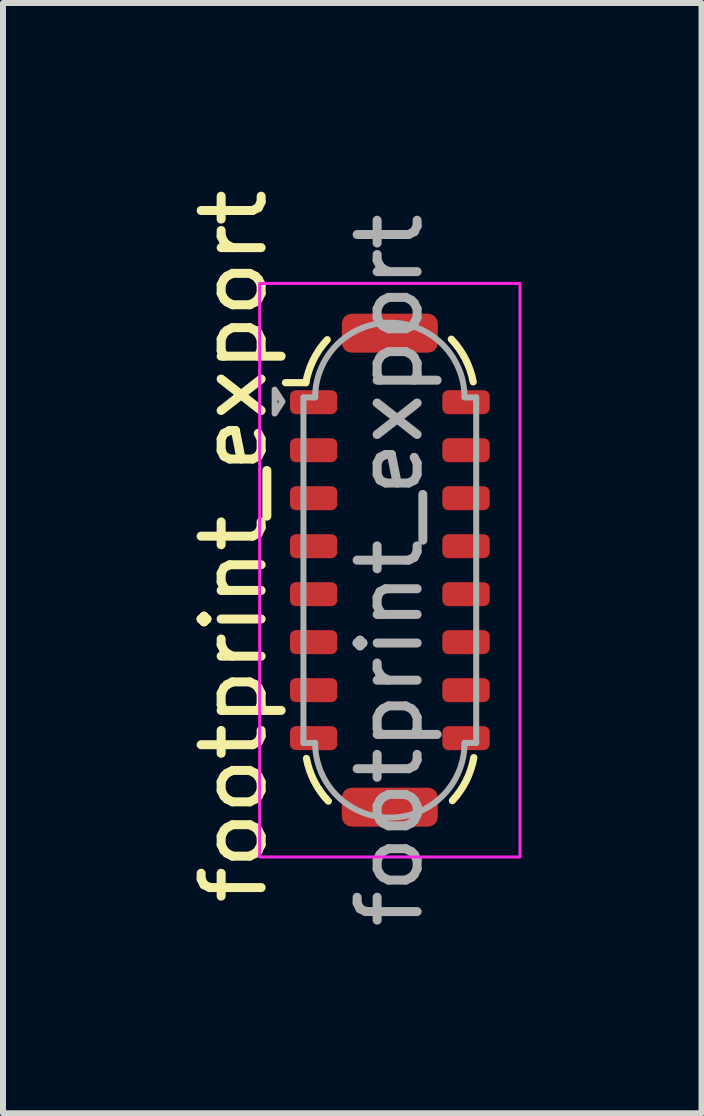
<source format=kicad_pcb>
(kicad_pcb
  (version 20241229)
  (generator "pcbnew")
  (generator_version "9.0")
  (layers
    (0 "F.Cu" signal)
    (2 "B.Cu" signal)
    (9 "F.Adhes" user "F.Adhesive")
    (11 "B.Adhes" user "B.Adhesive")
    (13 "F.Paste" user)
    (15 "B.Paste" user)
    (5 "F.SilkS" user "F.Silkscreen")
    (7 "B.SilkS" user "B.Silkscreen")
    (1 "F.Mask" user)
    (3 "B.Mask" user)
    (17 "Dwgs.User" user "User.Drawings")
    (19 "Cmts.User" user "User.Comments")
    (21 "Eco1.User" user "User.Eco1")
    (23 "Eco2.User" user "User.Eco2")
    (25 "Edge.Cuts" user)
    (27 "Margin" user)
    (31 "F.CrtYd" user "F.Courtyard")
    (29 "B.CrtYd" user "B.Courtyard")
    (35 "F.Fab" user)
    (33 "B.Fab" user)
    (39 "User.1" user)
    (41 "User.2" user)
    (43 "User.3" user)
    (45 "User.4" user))
  (footprint "footprint_export"
    (layer "F.Cu")
    (at 3.448 6.454)
    (property "Reference" "footprint_export" (at -2.6 -0.4 90) (unlocked yes) (layer "F.SilkS") (effects (font (size 1 1) (thickness 0.15))))
    (attr smd)
    (fp_line (start -1.74 -3.125) (end -1.4 -3.125) (stroke (width 0.12) (type default)) (layer "F.SilkS"))
    (fp_arc (start -1.4 -3.125) (mid -1.273005 -3.509002) (end -1.043045 -3.841725) (stroke (width 0.12) (type solid)) (layer "F.SilkS"))
    (fp_arc (start -1.025 3.85) (mid -1.258743 3.520613) (end -1.389879 3.138598) (stroke (width 0.12) (type solid)) (layer "F.SilkS"))
    (fp_arc (start 1.025 -3.85) (mid 1.258743 -3.520613) (end 1.389879 -3.138598) (stroke (width 0.12) (type solid)) (layer "F.SilkS"))
    (fp_arc (start 1.4 3.125) (mid 1.273005 3.509002) (end 1.043045 3.841725) (stroke (width 0.12) (type solid)) (layer "F.SilkS"))
    (fp_rect (start -2.17 4.78) (end 2.17 -4.78) (stroke (width 0.05) (type solid)) (fill no) (layer "F.CrtYd"))
    (fp_line (start -1.44 -2.88) (end -1.245 -2.88) (stroke (width 0.1) (type solid)) (layer "F.Fab"))
    (fp_line (start -1.44 2.88) (end -1.44 -2.88) (stroke (width 0.1) (type solid)) (layer "F.Fab"))
    (fp_line (start -1.245 2.88) (end -1.44 2.88) (stroke (width 0.1) (type solid)) (layer "F.Fab"))
    (fp_line (start 1.245 -2.88) (end 1.44 -2.88) (stroke (width 0.1) (type solid)) (layer "F.Fab"))
    (fp_line (start 1.44 -2.88) (end 1.44 2.88) (stroke (width 0.1) (type solid)) (layer "F.Fab"))
    (fp_line (start 1.44 2.88) (end 1.245 2.88) (stroke (width 0.1) (type solid)) (layer "F.Fab"))
    (fp_arc (start -1.245 -2.88) (mid 0 -4.125) (end 1.245 -2.88) (stroke (width 0.1) (type solid)) (layer "F.Fab"))
    (fp_arc (start 1.245 2.88) (mid 0 4.125) (end -1.245 2.88) (stroke (width 0.1) (type solid)) (layer "F.Fab"))
    (fp_poly (pts (xy -1.92 -3.01) (xy -1.79 -2.81) (xy -1.92 -2.61) (xy -1.92 -2.99)) (stroke (width 0.1) (type solid)) (fill no) (layer "F.Fab"))
    (fp_text user "${REFERENCE}" (at 0 0 90) (unlocked yes) (layer "F.Fab") (effects (font (size 1 1) (thickness 0.15))))
    (pad "A1" smd roundrect (at -1.27 -2.8 90) (size 0.4 0.79) (layers "F.Cu" "F.Mask" "F.Paste") (roundrect_rratio 0.25))
    (pad "A4" smd roundrect (at -1.27 -2 90) (size 0.4 0.79) (layers "F.Cu" "F.Mask" "F.Paste") (roundrect_rratio 0.25))
    (pad "A5" smd roundrect (at -1.27 -1.2 90) (size 0.4 0.79) (layers "F.Cu" "F.Mask" "F.Paste") (roundrect_rratio 0.25))
    (pad "A6" smd roundrect (at -1.27 -0.4 90) (size 0.4 0.79) (layers "F.Cu" "F.Mask" "F.Paste") (roundrect_rratio 0.25))
    (pad "A7" smd roundrect (at -1.27 0.4 90) (size 0.4 0.79) (layers "F.Cu" "F.Mask" "F.Paste") (roundrect_rratio 0.25))
    (pad "A8" smd roundrect (at -1.27 1.2 90) (size 0.4 0.79) (layers "F.Cu" "F.Mask" "F.Paste") (roundrect_rratio 0.25))
    (pad "A9" smd roundrect (at -1.27 2 90) (size 0.4 0.79) (layers "F.Cu" "F.Mask" "F.Paste") (roundrect_rratio 0.25))
    (pad "A12" smd roundrect (at -1.27 2.8 90) (size 0.4 0.79) (layers "F.Cu" "F.Mask" "F.Paste") (roundrect_rratio 0.25))
    (pad "B1" smd roundrect (at 1.27 2.8 90) (size 0.4 0.79) (layers "F.Cu" "F.Mask" "F.Paste") (roundrect_rratio 0.25))
    (pad "B4" smd roundrect (at 1.27 2 90) (size 0.4 0.79) (layers "F.Cu" "F.Mask" "F.Paste") (roundrect_rratio 0.25))
    (pad "B5" smd roundrect (at 1.27 1.2 90) (size 0.4 0.79) (layers "F.Cu" "F.Mask" "F.Paste") (roundrect_rratio 0.25))
    (pad "B6" smd roundrect (at 1.27 0.4 90) (size 0.4 0.79) (layers "F.Cu" "F.Mask" "F.Paste") (roundrect_rratio 0.25))
    (pad "B7" smd roundrect (at 1.27 -0.4 90) (size 0.4 0.79) (layers "F.Cu" "F.Mask" "F.Paste") (roundrect_rratio 0.25))
    (pad "B8" smd roundrect (at 1.27 -1.2 90) (size 0.4 0.79) (layers "F.Cu" "F.Mask" "F.Paste") (roundrect_rratio 0.25))
    (pad "B9" smd roundrect (at 1.27 -2 90) (size 0.4 0.79) (layers "F.Cu" "F.Mask" "F.Paste") (roundrect_rratio 0.25))
    (pad "B12" smd roundrect (at 1.27 -2.8 90) (size 0.4 0.79) (layers "F.Cu" "F.Mask" "F.Paste") (roundrect_rratio 0.25))
    (pad "S1" smd roundrect (at 0 -3.95 90) (size 0.65 1.6) (layers "F.Cu" "F.Mask" "F.Paste") (roundrect_rratio 0.25))
    (pad "S1" smd roundrect (at 0 3.95 90) (size 0.65 1.6) (layers "F.Cu" "F.Mask" "F.Paste") (roundrect_rratio 0.25)))
  (gr_rect
    (start -3 -3)
    (end 8.643 15.507)
    (stroke (width 0.1) (type default))
    (fill no)
    (layer "Edge.Cuts")))
</source>
